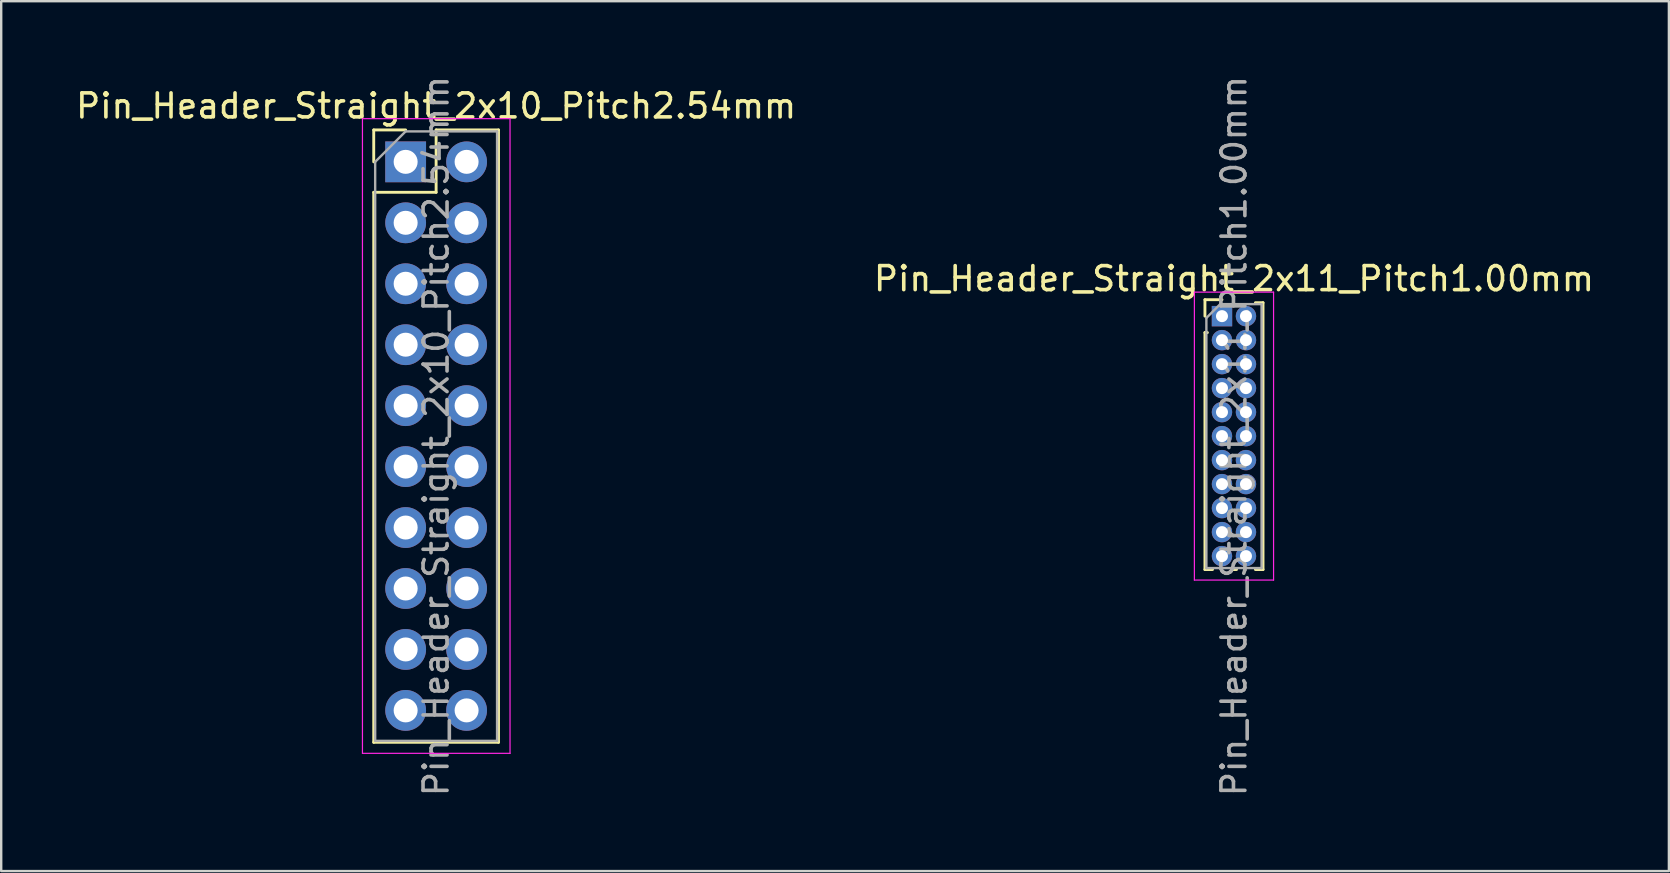
<source format=kicad_pcb>
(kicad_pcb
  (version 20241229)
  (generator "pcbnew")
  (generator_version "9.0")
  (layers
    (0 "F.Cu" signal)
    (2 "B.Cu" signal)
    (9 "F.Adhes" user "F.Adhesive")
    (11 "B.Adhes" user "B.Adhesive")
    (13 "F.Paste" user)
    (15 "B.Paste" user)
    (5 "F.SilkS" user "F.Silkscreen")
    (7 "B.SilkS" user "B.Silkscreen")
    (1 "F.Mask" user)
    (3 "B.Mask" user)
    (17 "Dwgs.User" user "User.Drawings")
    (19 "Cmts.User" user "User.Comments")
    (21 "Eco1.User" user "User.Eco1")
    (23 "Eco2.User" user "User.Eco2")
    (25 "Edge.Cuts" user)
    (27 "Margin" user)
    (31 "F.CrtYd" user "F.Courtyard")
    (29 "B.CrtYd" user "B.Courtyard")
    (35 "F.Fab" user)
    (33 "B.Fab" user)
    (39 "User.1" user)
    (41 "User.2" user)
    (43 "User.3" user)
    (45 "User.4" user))
  (footprint "Pin_Header_Straight_2x10_Pitch2.54mm"
    (layer "F.Cu")
    (at 13.855 3.695)
    (property "Reference" "Pin_Header_Straight_2x10_Pitch2.54mm" (at 1.27 -2.33 0) (layer "F.SilkS") (effects (font (size 1 1) (thickness 0.15))))
    (attr through_hole)
    (fp_line (start -1.33 -1.33) (end 0 -1.33) (stroke (width 0.12) (type solid)) (layer "F.SilkS"))
    (fp_line (start -1.33 0) (end -1.33 -1.33) (stroke (width 0.12) (type solid)) (layer "F.SilkS"))
    (fp_line (start -1.33 1.27) (end -1.33 24.19) (stroke (width 0.12) (type solid)) (layer "F.SilkS"))
    (fp_line (start -1.33 1.27) (end 1.27 1.27) (stroke (width 0.12) (type solid)) (layer "F.SilkS"))
    (fp_line (start -1.33 24.19) (end 3.87 24.19) (stroke (width 0.12) (type solid)) (layer "F.SilkS"))
    (fp_line (start 1.27 -1.33) (end 3.87 -1.33) (stroke (width 0.12) (type solid)) (layer "F.SilkS"))
    (fp_line (start 1.27 1.27) (end 1.27 -1.33) (stroke (width 0.12) (type solid)) (layer "F.SilkS"))
    (fp_line (start 3.87 -1.33) (end 3.87 24.19) (stroke (width 0.12) (type solid)) (layer "F.SilkS"))
    (fp_line (start -1.8 -1.8) (end -1.8 24.65) (stroke (width 0.05) (type solid)) (layer "F.CrtYd"))
    (fp_line (start -1.8 24.65) (end 4.35 24.65) (stroke (width 0.05) (type solid)) (layer "F.CrtYd"))
    (fp_line (start 4.35 -1.8) (end -1.8 -1.8) (stroke (width 0.05) (type solid)) (layer "F.CrtYd"))
    (fp_line (start 4.35 24.65) (end 4.35 -1.8) (stroke (width 0.05) (type solid)) (layer "F.CrtYd"))
    (fp_line (start -1.27 0) (end 0 -1.27) (stroke (width 0.1) (type solid)) (layer "F.Fab"))
    (fp_line (start -1.27 24.13) (end -1.27 0) (stroke (width 0.1) (type solid)) (layer "F.Fab"))
    (fp_line (start 0 -1.27) (end 3.81 -1.27) (stroke (width 0.1) (type solid)) (layer "F.Fab"))
    (fp_line (start 3.81 -1.27) (end 3.81 24.13) (stroke (width 0.1) (type solid)) (layer "F.Fab"))
    (fp_line (start 3.81 24.13) (end -1.27 24.13) (stroke (width 0.1) (type solid)) (layer "F.Fab"))
    (fp_text user "${REFERENCE}" (at 1.27 11.43 90) (layer "F.Fab") (effects (font (size 1 1) (thickness 0.15))))
    (pad "1" thru_hole rect (at 0 0) (size 1.7 1.7) (drill 1) (layers "*.Cu" "*.Mask"))
    (pad "2" thru_hole oval (at 2.54 0) (size 1.7 1.7) (drill 1) (layers "*.Cu" "*.Mask"))
    (pad "3" thru_hole oval (at 0 2.54) (size 1.7 1.7) (drill 1) (layers "*.Cu" "*.Mask"))
    (pad "4" thru_hole oval (at 2.54 2.54) (size 1.7 1.7) (drill 1) (layers "*.Cu" "*.Mask"))
    (pad "5" thru_hole oval (at 0 5.08) (size 1.7 1.7) (drill 1) (layers "*.Cu" "*.Mask"))
    (pad "6" thru_hole oval (at 2.54 5.08) (size 1.7 1.7) (drill 1) (layers "*.Cu" "*.Mask"))
    (pad "7" thru_hole oval (at 0 7.62) (size 1.7 1.7) (drill 1) (layers "*.Cu" "*.Mask"))
    (pad "8" thru_hole oval (at 2.54 7.62) (size 1.7 1.7) (drill 1) (layers "*.Cu" "*.Mask"))
    (pad "9" thru_hole oval (at 0 10.16) (size 1.7 1.7) (drill 1) (layers "*.Cu" "*.Mask"))
    (pad "10" thru_hole oval (at 2.54 10.16) (size 1.7 1.7) (drill 1) (layers "*.Cu" "*.Mask"))
    (pad "11" thru_hole oval (at 0 12.7) (size 1.7 1.7) (drill 1) (layers "*.Cu" "*.Mask"))
    (pad "12" thru_hole oval (at 2.54 12.7) (size 1.7 1.7) (drill 1) (layers "*.Cu" "*.Mask"))
    (pad "13" thru_hole oval (at 0 15.24) (size 1.7 1.7) (drill 1) (layers "*.Cu" "*.Mask"))
    (pad "14" thru_hole oval (at 2.54 15.24) (size 1.7 1.7) (drill 1) (layers "*.Cu" "*.Mask"))
    (pad "15" thru_hole oval (at 0 17.78) (size 1.7 1.7) (drill 1) (layers "*.Cu" "*.Mask"))
    (pad "16" thru_hole oval (at 2.54 17.78) (size 1.7 1.7) (drill 1) (layers "*.Cu" "*.Mask"))
    (pad "17" thru_hole oval (at 0 20.32) (size 1.7 1.7) (drill 1) (layers "*.Cu" "*.Mask"))
    (pad "18" thru_hole oval (at 2.54 20.32) (size 1.7 1.7) (drill 1) (layers "*.Cu" "*.Mask"))
    (pad "19" thru_hole oval (at 0 22.86) (size 1.7 1.7) (drill 1) (layers "*.Cu" "*.Mask"))
    (pad "20" thru_hole oval (at 2.54 22.86) (size 1.7 1.7) (drill 1) (layers "*.Cu" "*.Mask")))
  (footprint "Pin_Header_Straight_2x11_Pitch1.00mm"
    (layer "F.Cu")
    (at 47.875 10.125)
    (property "Reference" "Pin_Header_Straight_2x11_Pitch1.00mm" (at 0.5 -1.56 0) (layer "F.SilkS") (effects (font (size 1 1) (thickness 0.15))))
    (attr through_hole)
    (fp_line (start -0.71 -0.685) (end 0 -0.685) (stroke (width 0.12) (type solid)) (layer "F.SilkS"))
    (fp_line (start -0.71 0) (end -0.71 -0.685) (stroke (width 0.12) (type solid)) (layer "F.SilkS"))
    (fp_line (start -0.71 0.685) (end -0.71 10.56) (stroke (width 0.12) (type solid)) (layer "F.SilkS"))
    (fp_line (start -0.71 0.685) (end -0.608 0.685) (stroke (width 0.12) (type solid)) (layer "F.SilkS"))
    (fp_line (start -0.71 10.56) (end -0.394 10.56) (stroke (width 0.12) (type solid)) (layer "F.SilkS"))
    (fp_line (start 0.394 10.56) (end 0.606 10.56) (stroke (width 0.12) (type solid)) (layer "F.SilkS"))
    (fp_line (start 1.394 -0.56) (end 1.71 -0.56) (stroke (width 0.12) (type solid)) (layer "F.SilkS"))
    (fp_line (start 1.394 10.56) (end 1.71 10.56) (stroke (width 0.12) (type solid)) (layer "F.SilkS"))
    (fp_line (start 1.71 -0.56) (end 1.71 10.56) (stroke (width 0.12) (type solid)) (layer "F.SilkS"))
    (fp_line (start -1.15 -1) (end -1.15 11) (stroke (width 0.05) (type solid)) (layer "F.CrtYd"))
    (fp_line (start -1.15 11) (end 2.15 11) (stroke (width 0.05) (type solid)) (layer "F.CrtYd"))
    (fp_line (start 2.15 -1) (end -1.15 -1) (stroke (width 0.05) (type solid)) (layer "F.CrtYd"))
    (fp_line (start 2.15 11) (end 2.15 -1) (stroke (width 0.05) (type solid)) (layer "F.CrtYd"))
    (fp_line (start -0.65 0.075) (end -0.075 -0.5) (stroke (width 0.1) (type solid)) (layer "F.Fab"))
    (fp_line (start -0.65 10.5) (end -0.65 0.075) (stroke (width 0.1) (type solid)) (layer "F.Fab"))
    (fp_line (start -0.075 -0.5) (end 1.65 -0.5) (stroke (width 0.1) (type solid)) (layer "F.Fab"))
    (fp_line (start 1.65 -0.5) (end 1.65 10.5) (stroke (width 0.1) (type solid)) (layer "F.Fab"))
    (fp_line (start 1.65 10.5) (end -0.65 10.5) (stroke (width 0.1) (type solid)) (layer "F.Fab"))
    (fp_text user "${REFERENCE}" (at 0.5 5 90) (layer "F.Fab") (effects (font (size 1 1) (thickness 0.15))))
    (pad "1" thru_hole rect (at 0 0) (size 0.85 0.85) (drill 0.5) (layers "*.Cu" "*.Mask"))
    (pad "2" thru_hole oval (at 1 0) (size 0.85 0.85) (drill 0.5) (layers "*.Cu" "*.Mask"))
    (pad "3" thru_hole oval (at 0 1) (size 0.85 0.85) (drill 0.5) (layers "*.Cu" "*.Mask"))
    (pad "4" thru_hole oval (at 1 1) (size 0.85 0.85) (drill 0.5) (layers "*.Cu" "*.Mask"))
    (pad "5" thru_hole oval (at 0 2) (size 0.85 0.85) (drill 0.5) (layers "*.Cu" "*.Mask"))
    (pad "6" thru_hole oval (at 1 2) (size 0.85 0.85) (drill 0.5) (layers "*.Cu" "*.Mask"))
    (pad "7" thru_hole oval (at 0 3) (size 0.85 0.85) (drill 0.5) (layers "*.Cu" "*.Mask"))
    (pad "8" thru_hole oval (at 1 3) (size 0.85 0.85) (drill 0.5) (layers "*.Cu" "*.Mask"))
    (pad "9" thru_hole oval (at 0 4) (size 0.85 0.85) (drill 0.5) (layers "*.Cu" "*.Mask"))
    (pad "10" thru_hole oval (at 1 4) (size 0.85 0.85) (drill 0.5) (layers "*.Cu" "*.Mask"))
    (pad "11" thru_hole oval (at 0 5) (size 0.85 0.85) (drill 0.5) (layers "*.Cu" "*.Mask"))
    (pad "12" thru_hole oval (at 1 5) (size 0.85 0.85) (drill 0.5) (layers "*.Cu" "*.Mask"))
    (pad "13" thru_hole oval (at 0 6) (size 0.85 0.85) (drill 0.5) (layers "*.Cu" "*.Mask"))
    (pad "14" thru_hole oval (at 1 6) (size 0.85 0.85) (drill 0.5) (layers "*.Cu" "*.Mask"))
    (pad "15" thru_hole oval (at 0 7) (size 0.85 0.85) (drill 0.5) (layers "*.Cu" "*.Mask"))
    (pad "16" thru_hole oval (at 1 7) (size 0.85 0.85) (drill 0.5) (layers "*.Cu" "*.Mask"))
    (pad "17" thru_hole oval (at 0 8) (size 0.85 0.85) (drill 0.5) (layers "*.Cu" "*.Mask"))
    (pad "18" thru_hole oval (at 1 8) (size 0.85 0.85) (drill 0.5) (layers "*.Cu" "*.Mask"))
    (pad "19" thru_hole oval (at 0 9) (size 0.85 0.85) (drill 0.5) (layers "*.Cu" "*.Mask"))
    (pad "20" thru_hole oval (at 1 9) (size 0.85 0.85) (drill 0.5) (layers "*.Cu" "*.Mask"))
    (pad "21" thru_hole oval (at 0 10) (size 0.85 0.85) (drill 0.5) (layers "*.Cu" "*.Mask"))
    (pad "22" thru_hole oval (at 1 10) (size 0.85 0.85) (drill 0.5) (layers "*.Cu" "*.Mask")))
  (gr_rect
    (start -3 -3)
    (end 66.5 33.25)
    (stroke (width 0.1) (type default))
    (fill no)
    (layer "Edge.Cuts")))
</source>
